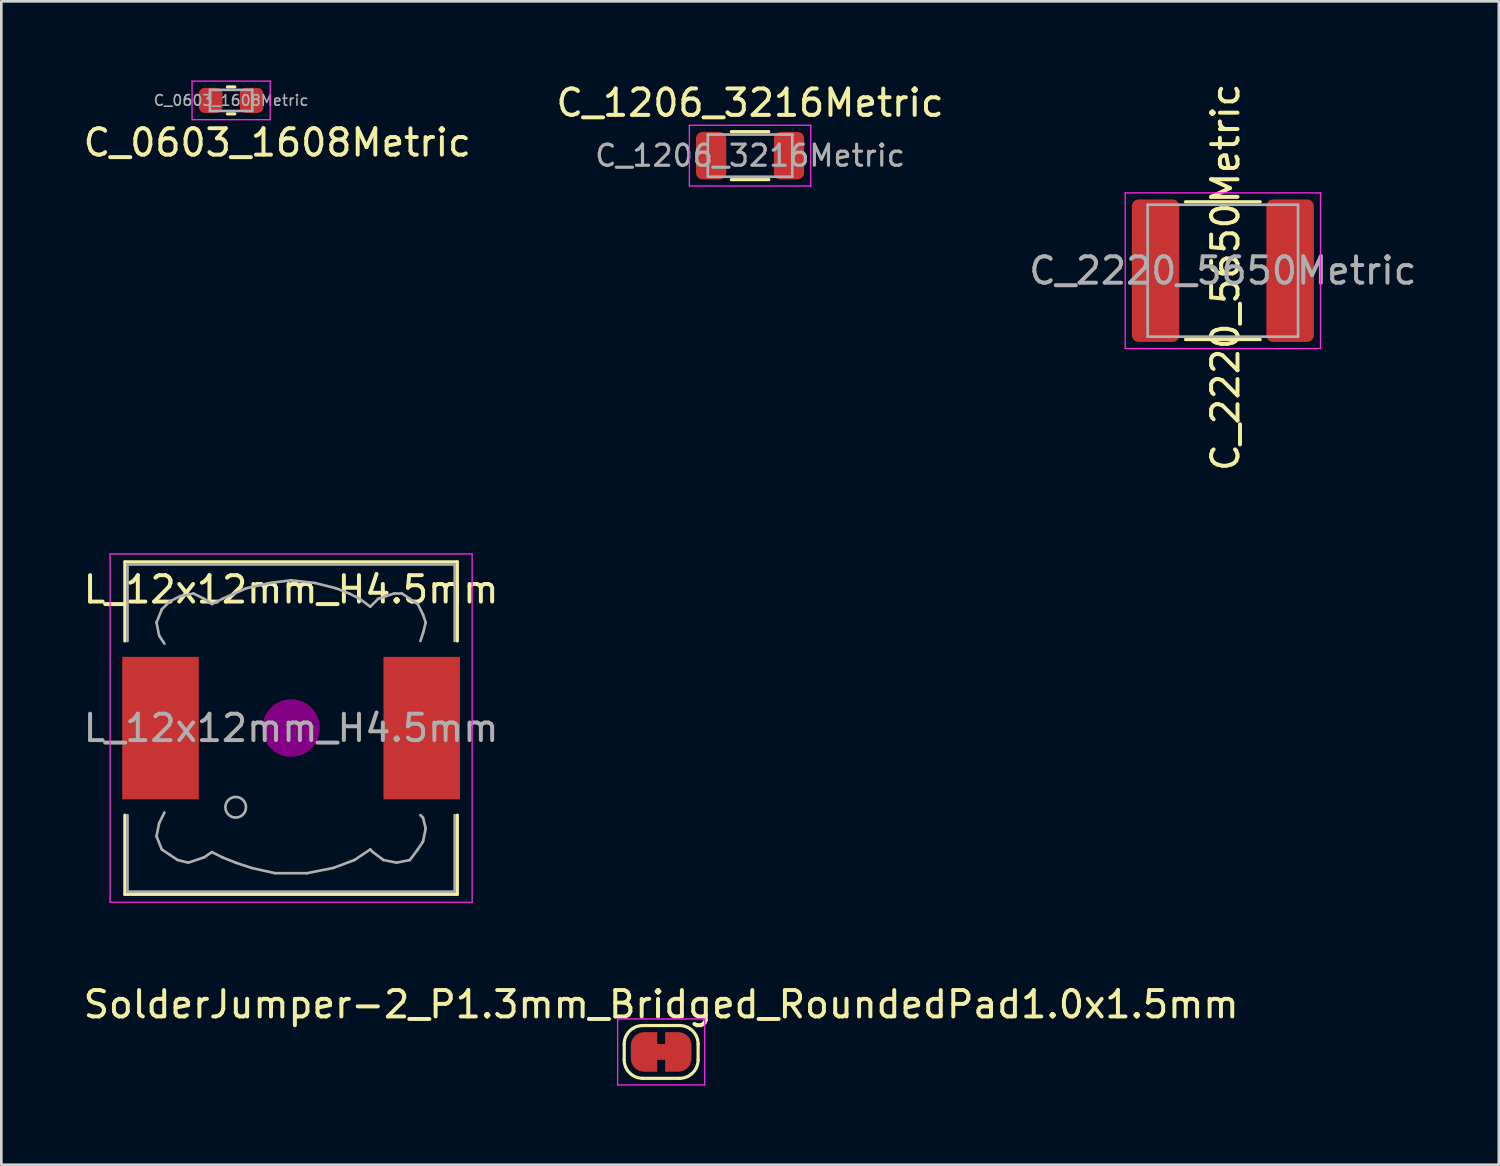
<source format=kicad_pcb>
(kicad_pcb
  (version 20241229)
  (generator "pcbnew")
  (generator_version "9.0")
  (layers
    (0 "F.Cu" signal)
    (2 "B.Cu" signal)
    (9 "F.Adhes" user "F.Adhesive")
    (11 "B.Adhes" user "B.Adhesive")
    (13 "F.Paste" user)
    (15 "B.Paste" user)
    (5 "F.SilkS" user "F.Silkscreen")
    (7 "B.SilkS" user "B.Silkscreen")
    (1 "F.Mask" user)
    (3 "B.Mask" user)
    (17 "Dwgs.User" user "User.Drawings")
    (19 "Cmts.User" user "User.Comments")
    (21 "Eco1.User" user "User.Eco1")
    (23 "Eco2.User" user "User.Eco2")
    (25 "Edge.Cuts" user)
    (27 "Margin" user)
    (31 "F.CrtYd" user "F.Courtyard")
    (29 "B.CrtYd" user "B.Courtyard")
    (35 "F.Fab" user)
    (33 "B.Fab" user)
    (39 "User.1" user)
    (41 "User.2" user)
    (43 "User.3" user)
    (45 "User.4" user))
  (footprint "SolderJumper-2_P1.3mm_Bridged_RoundedPad1.0x1.5mm"
    (layer "F.Cu")
    (at 22.006 36.815)
    (property "Reference" "SolderJumper-2_P1.3mm_Bridged_RoundedPad1.0x1.5mm" (at 0 -1.8 0) (layer "F.SilkS") (effects (font (size 1 1) (thickness 0.15))))
    (attr exclude_from_pos_files)
    (fp_poly (pts (xy 0.25 -0.3) (xy -0.25 -0.3) (xy -0.25 0.3) (xy 0.25 0.3)) (stroke (width 0) (type solid)) (fill yes) (layer "F.Cu"))
    (fp_line (start -1.4 0.3) (end -1.4 -0.3) (stroke (width 0.12) (type solid)) (layer "F.SilkS"))
    (fp_line (start -0.7 -1) (end 0.7 -1) (stroke (width 0.12) (type solid)) (layer "F.SilkS"))
    (fp_line (start 0.7 1) (end -0.7 1) (stroke (width 0.12) (type solid)) (layer "F.SilkS"))
    (fp_line (start 1.4 -0.3) (end 1.4 0.3) (stroke (width 0.12) (type solid)) (layer "F.SilkS"))
    (fp_arc (start -1.4 -0.3) (mid -1.194975 -0.794975) (end -0.7 -1) (stroke (width 0.12) (type solid)) (layer "F.SilkS"))
    (fp_arc (start -0.7 1) (mid -1.194975 0.794975) (end -1.4 0.3) (stroke (width 0.12) (type solid)) (layer "F.SilkS"))
    (fp_arc (start 0.7 -1) (mid 1.194975 -0.794975) (end 1.4 -0.3) (stroke (width 0.12) (type solid)) (layer "F.SilkS"))
    (fp_arc (start 1.4 0.3) (mid 1.194975 0.794975) (end 0.7 1) (stroke (width 0.12) (type solid)) (layer "F.SilkS"))
    (fp_line (start -1.65 -1.25) (end -1.65 1.25) (stroke (width 0.05) (type solid)) (layer "F.CrtYd"))
    (fp_line (start -1.65 -1.25) (end 1.65 -1.25) (stroke (width 0.05) (type solid)) (layer "F.CrtYd"))
    (fp_line (start 1.65 1.25) (end -1.65 1.25) (stroke (width 0.05) (type solid)) (layer "F.CrtYd"))
    (fp_line (start 1.65 1.25) (end 1.65 -1.25) (stroke (width 0.05) (type solid)) (layer "F.CrtYd"))
    (pad "1" smd custom (at -0.65 0) (size 1 0.5) (layers "F.Cu" "F.Mask") (options (anchor rect)) (primitives (gr_circle (center 0 0.25) (end 0.5 0.25) (width 0) (fill yes)) (gr_circle (center 0 -0.25) (end 0.5 -0.25) (width 0) (fill yes)) (gr_poly (pts (xy 0.5 0.75) (xy 0 0.75) (xy 0 -0.75) (xy 0.5 -0.75)) (width 0) (fill yes))))
    (pad "2" smd custom (at 0.65 0) (size 1 0.5) (layers "F.Cu" "F.Mask") (options (anchor rect)) (primitives (gr_circle (center 0 0.25) (end 0.5 0.25) (width 0) (fill yes)) (gr_circle (center 0 -0.25) (end 0.5 -0.25) (width 0) (fill yes)) (gr_poly (pts (xy 0 0.75) (xy -0.5 0.75) (xy -0.5 -0.75) (xy 0 -0.75)) (width 0) (fill yes)))))
  (footprint "C_0603_1608Metric"
    (layer "F.Cu")
    (at 5.708 0.755)
    (property "Reference" "C_0603_1608Metric" (at 1.75 1.6 180) (layer "F.SilkS") (effects (font (size 1 1) (thickness 0.15))))
    (attr smd)
    (fp_line (start -0.141 -0.51) (end 0.141 -0.51) (stroke (width 0.12) (type solid)) (layer "F.SilkS"))
    (fp_line (start -0.141 0.51) (end 0.141 0.51) (stroke (width 0.12) (type solid)) (layer "F.SilkS"))
    (fp_line (start -1.48 -0.73) (end 1.48 -0.73) (stroke (width 0.05) (type solid)) (layer "F.CrtYd"))
    (fp_line (start -1.48 0.73) (end -1.48 -0.73) (stroke (width 0.05) (type solid)) (layer "F.CrtYd"))
    (fp_line (start 1.48 -0.73) (end 1.48 0.73) (stroke (width 0.05) (type solid)) (layer "F.CrtYd"))
    (fp_line (start 1.48 0.73) (end -1.48 0.73) (stroke (width 0.05) (type solid)) (layer "F.CrtYd"))
    (fp_line (start -0.8 -0.4) (end 0.8 -0.4) (stroke (width 0.1) (type solid)) (layer "F.Fab"))
    (fp_line (start -0.8 0.4) (end -0.8 -0.4) (stroke (width 0.1) (type solid)) (layer "F.Fab"))
    (fp_line (start 0.8 -0.4) (end 0.8 0.4) (stroke (width 0.1) (type solid)) (layer "F.Fab"))
    (fp_line (start 0.8 0.4) (end -0.8 0.4) (stroke (width 0.1) (type solid)) (layer "F.Fab"))
    (fp_text user "${REFERENCE}" (at 0 0 180) (layer "F.Fab") (effects (font (size 0.4 0.4) (thickness 0.06))))
    (pad "1" smd roundrect (at -0.775 0) (size 0.9 0.95) (layers "F.Cu" "F.Mask" "F.Paste") (roundrect_rratio 0.25))
    (pad "2" smd roundrect (at 0.775 0) (size 0.9 0.95) (layers "F.Cu" "F.Mask" "F.Paste") (roundrect_rratio 0.25)))
  (footprint "C_1206_3216Metric"
    (layer "F.Cu")
    (at 25.375 2.848)
    (property "Reference" "C_1206_3216Metric" (at 0 -2 180) (layer "F.SilkS") (effects (font (size 1 1) (thickness 0.15))))
    (attr smd)
    (fp_line (start -0.711 -0.91) (end 0.711 -0.91) (stroke (width 0.12) (type solid)) (layer "F.SilkS"))
    (fp_line (start -0.711 0.91) (end 0.711 0.91) (stroke (width 0.12) (type solid)) (layer "F.SilkS"))
    (fp_line (start -2.3 -1.15) (end 2.3 -1.15) (stroke (width 0.05) (type solid)) (layer "F.CrtYd"))
    (fp_line (start -2.3 1.15) (end -2.3 -1.15) (stroke (width 0.05) (type solid)) (layer "F.CrtYd"))
    (fp_line (start 2.3 -1.15) (end 2.3 1.15) (stroke (width 0.05) (type solid)) (layer "F.CrtYd"))
    (fp_line (start 2.3 1.15) (end -2.3 1.15) (stroke (width 0.05) (type solid)) (layer "F.CrtYd"))
    (fp_line (start -1.6 -0.8) (end 1.6 -0.8) (stroke (width 0.1) (type solid)) (layer "F.Fab"))
    (fp_line (start -1.6 0.8) (end -1.6 -0.8) (stroke (width 0.1) (type solid)) (layer "F.Fab"))
    (fp_line (start 1.6 -0.8) (end 1.6 0.8) (stroke (width 0.1) (type solid)) (layer "F.Fab"))
    (fp_line (start 1.6 0.8) (end -1.6 0.8) (stroke (width 0.1) (type solid)) (layer "F.Fab"))
    (fp_text user "${REFERENCE}" (at 0 0 180) (layer "F.Fab") (effects (font (size 0.8 0.8) (thickness 0.12))))
    (pad "1" smd roundrect (at -1.475 0) (size 1.15 1.8) (layers "F.Cu" "F.Mask" "F.Paste") (roundrect_rratio 0.217))
    (pad "2" smd roundrect (at 1.475 0) (size 1.15 1.8) (layers "F.Cu" "F.Mask" "F.Paste") (roundrect_rratio 0.217)))
  (footprint "C_2220_5650Metric"
    (layer "F.Cu")
    (at 43.292 7.208)
    (property "Reference" "C_2220_5650Metric" (at 0.1 0.25 270) (layer "F.SilkS") (effects (font (size 1 1) (thickness 0.15))))
    (attr smd)
    (fp_line (start -1.416 -2.61) (end 1.416 -2.61) (stroke (width 0.12) (type solid)) (layer "F.SilkS"))
    (fp_line (start -1.416 2.61) (end 1.416 2.61) (stroke (width 0.12) (type solid)) (layer "F.SilkS"))
    (fp_line (start -3.7 -2.95) (end 3.7 -2.95) (stroke (width 0.05) (type solid)) (layer "F.CrtYd"))
    (fp_line (start -3.7 2.95) (end -3.7 -2.95) (stroke (width 0.05) (type solid)) (layer "F.CrtYd"))
    (fp_line (start 3.7 -2.95) (end 3.7 2.95) (stroke (width 0.05) (type solid)) (layer "F.CrtYd"))
    (fp_line (start 3.7 2.95) (end -3.7 2.95) (stroke (width 0.05) (type solid)) (layer "F.CrtYd"))
    (fp_line (start -2.85 -2.5) (end 2.85 -2.5) (stroke (width 0.1) (type solid)) (layer "F.Fab"))
    (fp_line (start -2.85 2.5) (end -2.85 -2.5) (stroke (width 0.1) (type solid)) (layer "F.Fab"))
    (fp_line (start 2.85 -2.5) (end 2.85 2.5) (stroke (width 0.1) (type solid)) (layer "F.Fab"))
    (fp_line (start 2.85 2.5) (end -2.85 2.5) (stroke (width 0.1) (type solid)) (layer "F.Fab"))
    (fp_text user "${REFERENCE}" (at 0 0 0) (layer "F.Fab") (effects (font (size 1 1) (thickness 0.15))))
    (pad "1" smd roundrect (at -2.55 0) (size 1.8 5.4) (layers "F.Cu" "F.Mask" "F.Paste") (roundrect_rratio 0.139))
    (pad "2" smd roundrect (at 2.55 0) (size 1.8 5.4) (layers "F.Cu" "F.Mask" "F.Paste") (roundrect_rratio 0.139)))
  (footprint "L_12x12mm_H4.5mm"
    (layer "F.Cu")
    (at 7.982 24.542)
    (property "Reference" "L_12x12mm_H4.5mm" (at 0 -5.25 180) (layer "F.SilkS") (effects (font (size 1 1) (thickness 0.15))))
    (attr smd)
    (fp_line (start -6.3 -6.3) (end 6.3 -6.3) (stroke (width 0.12) (type solid)) (layer "F.SilkS"))
    (fp_line (start -6.3 -3.3) (end -6.3 -6.3) (stroke (width 0.12) (type solid)) (layer "F.SilkS"))
    (fp_line (start -6.3 6.3) (end -6.3 3.3) (stroke (width 0.12) (type solid)) (layer "F.SilkS"))
    (fp_line (start 6.3 -6.3) (end 6.3 -3.3) (stroke (width 0.12) (type solid)) (layer "F.SilkS"))
    (fp_line (start 6.3 3.3) (end 6.3 6.3) (stroke (width 0.12) (type solid)) (layer "F.SilkS"))
    (fp_line (start 6.3 6.3) (end -6.3 6.3) (stroke (width 0.12) (type solid)) (layer "F.SilkS"))
    (fp_circle (center 0 0) (end 0.15 0.15) (stroke (width 0.38) (type solid)) (fill no) (layer "F.Adhes"))
    (fp_circle (center 0 0) (end 0.55 0) (stroke (width 0.38) (type solid)) (fill no) (layer "F.Adhes"))
    (fp_circle (center 0 0) (end 0.9 0) (stroke (width 0.38) (type solid)) (fill no) (layer "F.Adhes"))
    (fp_line (start -6.86 -6.6) (end 6.86 -6.6) (stroke (width 0.05) (type solid)) (layer "F.CrtYd"))
    (fp_line (start -6.86 6.6) (end -6.86 -6.6) (stroke (width 0.05) (type solid)) (layer "F.CrtYd"))
    (fp_line (start 6.86 -6.6) (end 6.86 6.6) (stroke (width 0.05) (type solid)) (layer "F.CrtYd"))
    (fp_line (start 6.86 6.6) (end -6.86 6.6) (stroke (width 0.05) (type solid)) (layer "F.CrtYd"))
    (fp_line (start -6.2 -6.2) (end -6.2 -3.3) (stroke (width 0.1) (type solid)) (layer "F.Fab"))
    (fp_line (start -6.2 3.3) (end -6.2 6.2) (stroke (width 0.1) (type solid)) (layer "F.Fab"))
    (fp_line (start -6.2 6.2) (end 6.2 6.2) (stroke (width 0.1) (type solid)) (layer "F.Fab"))
    (fp_line (start -5.1 -4) (end -5 -3.5) (stroke (width 0.1) (type solid)) (layer "F.Fab"))
    (fp_line (start -5.1 4.1) (end -5 3.6) (stroke (width 0.1) (type solid)) (layer "F.Fab"))
    (fp_line (start -5 -3.5) (end -4.8 -3.2) (stroke (width 0.1) (type solid)) (layer "F.Fab"))
    (fp_line (start -5 3.6) (end -4.8 3.2) (stroke (width 0.1) (type solid)) (layer "F.Fab"))
    (fp_line (start -4.9 -4.5) (end -5.1 -4) (stroke (width 0.1) (type solid)) (layer "F.Fab"))
    (fp_line (start -4.9 4.6) (end -5.1 4.1) (stroke (width 0.1) (type solid)) (layer "F.Fab"))
    (fp_line (start -4.6 -4.8) (end -4.9 -4.5) (stroke (width 0.1) (type solid)) (layer "F.Fab"))
    (fp_line (start -4.6 4.8) (end -4.9 4.6) (stroke (width 0.1) (type solid)) (layer "F.Fab"))
    (fp_line (start -4.3 5) (end -4.6 4.8) (stroke (width 0.1) (type solid)) (layer "F.Fab"))
    (fp_line (start -4.2 -5) (end -4.6 -4.8) (stroke (width 0.1) (type solid)) (layer "F.Fab"))
    (fp_line (start -3.9 5.1) (end -4.3 5) (stroke (width 0.1) (type solid)) (layer "F.Fab"))
    (fp_line (start -3.7 -5.1) (end -4.2 -5) (stroke (width 0.1) (type solid)) (layer "F.Fab"))
    (fp_line (start -3.3 -4.9) (end -3.7 -5.1) (stroke (width 0.1) (type solid)) (layer "F.Fab"))
    (fp_line (start -3.3 4.9) (end -3.9 5.1) (stroke (width 0.1) (type solid)) (layer "F.Fab"))
    (fp_line (start -3 -4.7) (end -3.3 -4.9) (stroke (width 0.1) (type solid)) (layer "F.Fab"))
    (fp_line (start -3 4.7) (end -3.3 4.9) (stroke (width 0.1) (type solid)) (layer "F.Fab"))
    (fp_line (start -2.6 -4.9) (end -3 -4.7) (stroke (width 0.1) (type solid)) (layer "F.Fab"))
    (fp_line (start -2.6 4.9) (end -3 4.7) (stroke (width 0.1) (type solid)) (layer "F.Fab"))
    (fp_line (start -2.1 5.1) (end -2.6 4.9) (stroke (width 0.1) (type solid)) (layer "F.Fab"))
    (fp_line (start -1.7 -5.3) (end -2.6 -4.9) (stroke (width 0.1) (type solid)) (layer "F.Fab"))
    (fp_line (start -1.5 5.3) (end -2.1 5.1) (stroke (width 0.1) (type solid)) (layer "F.Fab"))
    (fp_line (start -0.8 -5.5) (end -1.7 -5.3) (stroke (width 0.1) (type solid)) (layer "F.Fab"))
    (fp_line (start -0.6 5.5) (end -1.5 5.3) (stroke (width 0.1) (type solid)) (layer "F.Fab"))
    (fp_line (start 0 -5.6) (end -0.8 -5.5) (stroke (width 0.1) (type solid)) (layer "F.Fab"))
    (fp_line (start 0.6 5.5) (end -0.6 5.5) (stroke (width 0.1) (type solid)) (layer "F.Fab"))
    (fp_line (start 0.9 -5.5) (end 0 -5.6) (stroke (width 0.1) (type solid)) (layer "F.Fab"))
    (fp_line (start 1.6 5.3) (end 0.6 5.5) (stroke (width 0.1) (type solid)) (layer "F.Fab"))
    (fp_line (start 1.7 -5.3) (end 0.9 -5.5) (stroke (width 0.1) (type solid)) (layer "F.Fab"))
    (fp_line (start 2.2 -5.1) (end 1.7 -5.3) (stroke (width 0.1) (type solid)) (layer "F.Fab"))
    (fp_line (start 2.4 5) (end 1.6 5.3) (stroke (width 0.1) (type solid)) (layer "F.Fab"))
    (fp_line (start 2.6 -4.9) (end 2.2 -5.1) (stroke (width 0.1) (type solid)) (layer "F.Fab"))
    (fp_line (start 3 -4.6) (end 2.6 -4.9) (stroke (width 0.1) (type solid)) (layer "F.Fab"))
    (fp_line (start 3 4.6) (end 2.4 5) (stroke (width 0.1) (type solid)) (layer "F.Fab"))
    (fp_line (start 3.1 4.7) (end 3 4.6) (stroke (width 0.1) (type solid)) (layer "F.Fab"))
    (fp_line (start 3.3 -4.9) (end 3 -4.6) (stroke (width 0.1) (type solid)) (layer "F.Fab"))
    (fp_line (start 3.5 5) (end 3.1 4.7) (stroke (width 0.1) (type solid)) (layer "F.Fab"))
    (fp_line (start 3.6 -5) (end 3.3 -4.9) (stroke (width 0.1) (type solid)) (layer "F.Fab"))
    (fp_line (start 3.9 -5.1) (end 3.6 -5) (stroke (width 0.1) (type solid)) (layer "F.Fab"))
    (fp_line (start 4 5.1) (end 3.5 5) (stroke (width 0.1) (type solid)) (layer "F.Fab"))
    (fp_line (start 4.2 -5.1) (end 3.9 -5.1) (stroke (width 0.1) (type solid)) (layer "F.Fab"))
    (fp_line (start 4.5 -4.9) (end 4.2 -5.1) (stroke (width 0.1) (type solid)) (layer "F.Fab"))
    (fp_line (start 4.5 5) (end 4 5.1) (stroke (width 0.1) (type solid)) (layer "F.Fab"))
    (fp_line (start 4.8 -4.7) (end 4.5 -4.9) (stroke (width 0.1) (type solid)) (layer "F.Fab"))
    (fp_line (start 4.8 4.6) (end 4.5 5) (stroke (width 0.1) (type solid)) (layer "F.Fab"))
    (fp_line (start 4.9 -3.3) (end 5 -3.6) (stroke (width 0.1) (type solid)) (layer "F.Fab"))
    (fp_line (start 4.9 3.3) (end 5 3.4) (stroke (width 0.1) (type solid)) (layer "F.Fab"))
    (fp_line (start 5 -4.3) (end 4.8 -4.7) (stroke (width 0.1) (type solid)) (layer "F.Fab"))
    (fp_line (start 5 -3.6) (end 5.1 -4) (stroke (width 0.1) (type solid)) (layer "F.Fab"))
    (fp_line (start 5 3.4) (end 5.1 3.8) (stroke (width 0.1) (type solid)) (layer "F.Fab"))
    (fp_line (start 5 4.3) (end 4.8 4.6) (stroke (width 0.1) (type solid)) (layer "F.Fab"))
    (fp_line (start 5.1 -4) (end 5 -4.3) (stroke (width 0.1) (type solid)) (layer "F.Fab"))
    (fp_line (start 5.1 3.8) (end 5 4.3) (stroke (width 0.1) (type solid)) (layer "F.Fab"))
    (fp_line (start 6.2 -6.2) (end -6.2 -6.2) (stroke (width 0.1) (type solid)) (layer "F.Fab"))
    (fp_line (start 6.2 -6.2) (end 6.2 -3.3) (stroke (width 0.1) (type solid)) (layer "F.Fab"))
    (fp_line (start 6.2 6.2) (end 6.2 3.3) (stroke (width 0.1) (type solid)) (layer "F.Fab"))
    (fp_circle (center -2.1 3) (end -1.8 3.25) (stroke (width 0.1) (type solid)) (fill no) (layer "F.Fab"))
    (fp_text user "${REFERENCE}" (at 0 0 180) (layer "F.Fab") (effects (font (size 1 1) (thickness 0.15))))
    (pad "1" smd rect (at -4.95 0) (size 2.9 5.4) (layers "F.Cu" "F.Mask" "F.Paste"))
    (pad "2" smd rect (at 4.95 0) (size 2.9 5.4) (layers "F.Cu" "F.Mask" "F.Paste")))
  (gr_rect
    (start -3 -3)
    (end 53.75 41.09)
    (stroke (width 0.1) (type default))
    (fill no)
    (layer "Edge.Cuts")))
</source>
